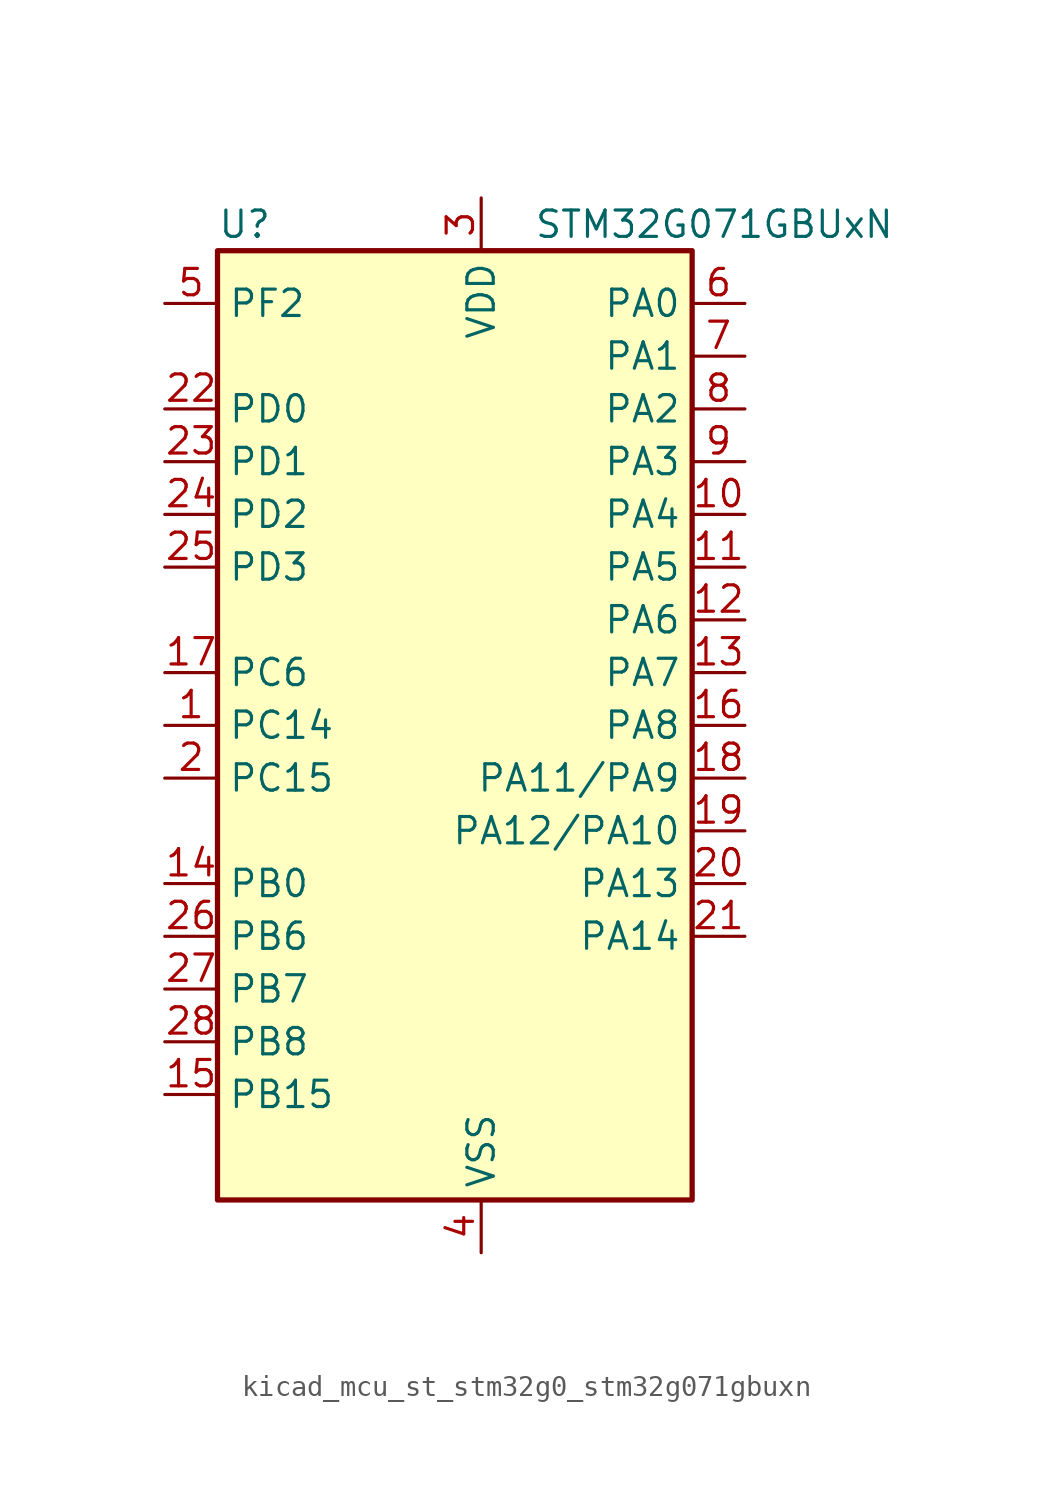
<source format=kicad_sym>
(kicad_symbol_lib
  (version 20220914)
  (generator kicad_symbol_editor)
  (symbol "kicad_mcu_st_stm32g0_stm32g071gbuxn"
    (property "Reference" "U"
      (at -10.16 24.13 0)
      (effects (font (size 1.27 1.27)) (justify left)))
    (property "Value" "STM32G071GBUxN"
      (at 5.08 24.13 0)
      (effects (font (size 1.27 1.27)) (justify left)))
    (property "ki_locked" ""
      (at 0 0 0)
      (effects (font (size 1.27 1.27))))
    (symbol "kicad_mcu_st_stm32g0_stm32g071gbuxn_0_1"
      (rectangle (start -10.16 -22.86) (end 12.7 22.86) (stroke (width 0.254) (type default)) (fill (type background))))
    (symbol "kicad_mcu_st_stm32g0_stm32g071gbuxn_1_1"
      (pin bidirectional line (at -12.7 0 0) (length 2.54) (name "PC14" (effects (font (size 1.27 1.27)))) (number "1" (effects (font (size 1.27 1.27)))) (alternate "RCC_OSC32_IN" bidirectional line) (alternate "RCC_OSC_IN" bidirectional line) (alternate "TIM1_BK2" bidirectional line))
      (pin bidirectional line (at 15.24 10.16 180) (length 2.54) (name "PA4" (effects (font (size 1.27 1.27)))) (number "10" (effects (font (size 1.27 1.27)))) (alternate "ADC1_IN4" bidirectional line) (alternate "DAC1_OUT1" bidirectional line) (alternate "I2S1_WS" bidirectional line) (alternate "LPTIM2_OUT" bidirectional line) (alternate "RTC_OUT_ALARM" bidirectional line) (alternate "RTC_OUT_CALIB" bidirectional line) (alternate "RTC_TAMP_IN1" bidirectional line) (alternate "RTC_TS" bidirectional line) (alternate "SPI1_NSS" bidirectional line) (alternate "SPI2_MOSI" bidirectional line) (alternate "SYS_WKUP2" bidirectional line) (alternate "TIM14_CH1" bidirectional line) (alternate "UCPD2_FRSTX1" bidirectional line) (alternate "UCPD2_FRSTX2" bidirectional line))
      (pin bidirectional line (at 15.24 7.62 180) (length 2.54) (name "PA5" (effects (font (size 1.27 1.27)))) (number "11" (effects (font (size 1.27 1.27)))) (alternate "ADC1_IN5" bidirectional line) (alternate "CEC" bidirectional line) (alternate "DAC1_OUT2" bidirectional line) (alternate "I2S1_CK" bidirectional line) (alternate "LPTIM2_ETR" bidirectional line) (alternate "SPI1_SCK" bidirectional line) (alternate "TIM2_CH1" bidirectional line) (alternate "TIM2_ETR" bidirectional line) (alternate "UCPD1_FRSTX1" bidirectional line) (alternate "UCPD1_FRSTX2" bidirectional line) (alternate "USART3_TX" bidirectional line))
      (pin bidirectional line (at 15.24 5.08 180) (length 2.54) (name "PA6" (effects (font (size 1.27 1.27)))) (number "12" (effects (font (size 1.27 1.27)))) (alternate "ADC1_IN6" bidirectional line) (alternate "COMP1_OUT" bidirectional line) (alternate "I2S1_MCK" bidirectional line) (alternate "LPUART1_CTS" bidirectional line) (alternate "SPI1_MISO" bidirectional line) (alternate "TIM16_CH1" bidirectional line) (alternate "TIM1_BK" bidirectional line) (alternate "TIM3_CH1" bidirectional line) (alternate "USART3_CTS" bidirectional line) (alternate "USART3_NSS" bidirectional line))
      (pin bidirectional line (at 15.24 2.54 180) (length 2.54) (name "PA7" (effects (font (size 1.27 1.27)))) (number "13" (effects (font (size 1.27 1.27)))) (alternate "ADC1_IN7" bidirectional line) (alternate "COMP2_OUT" bidirectional line) (alternate "I2S1_SD" bidirectional line) (alternate "SPI1_MOSI" bidirectional line) (alternate "TIM14_CH1" bidirectional line) (alternate "TIM17_CH1" bidirectional line) (alternate "TIM1_CH1N" bidirectional line) (alternate "TIM3_CH2" bidirectional line) (alternate "UCPD1_FRSTX1" bidirectional line) (alternate "UCPD1_FRSTX2" bidirectional line))
      (pin bidirectional line (at -12.7 -7.62 0) (length 2.54) (name "PB0" (effects (font (size 1.27 1.27)))) (number "14" (effects (font (size 1.27 1.27)))) (alternate "ADC1_IN8" bidirectional line) (alternate "COMP1_OUT" bidirectional line) (alternate "I2S1_WS" bidirectional line) (alternate "LPTIM1_OUT" bidirectional line) (alternate "SPI1_NSS" bidirectional line) (alternate "TIM1_CH2N" bidirectional line) (alternate "TIM3_CH3" bidirectional line) (alternate "UCPD1_DBCC2" bidirectional line) (alternate "UCPD1_FRSTX1" bidirectional line) (alternate "UCPD1_FRSTX2" bidirectional line) (alternate "USART3_RX" bidirectional line))
      (pin bidirectional line (at -12.7 -17.78 0) (length 2.54) (name "PB15" (effects (font (size 1.27 1.27)))) (number "15" (effects (font (size 1.27 1.27)))) (alternate "RTC_REFIN" bidirectional line) (alternate "SPI2_MOSI" bidirectional line) (alternate "TIM15_CH1N" bidirectional line) (alternate "TIM15_CH2" bidirectional line) (alternate "TIM1_CH3N" bidirectional line) (alternate "UCPD1_CC2" bidirectional line))
      (pin bidirectional line (at 15.24 0 180) (length 2.54) (name "PA8" (effects (font (size 1.27 1.27)))) (number "16" (effects (font (size 1.27 1.27)))) (alternate "LPTIM2_OUT" bidirectional line) (alternate "RCC_MCO" bidirectional line) (alternate "SPI2_NSS" bidirectional line) (alternate "TIM1_CH1" bidirectional line) (alternate "UCPD1_CC1" bidirectional line))
      (pin bidirectional line (at -12.7 2.54 0) (length 2.54) (name "PC6" (effects (font (size 1.27 1.27)))) (number "17" (effects (font (size 1.27 1.27)))) (alternate "TIM2_CH3" bidirectional line) (alternate "TIM3_CH1" bidirectional line) (alternate "UCPD1_DBCC1" bidirectional line) (alternate "UCPD1_FRSTX1" bidirectional line) (alternate "UCPD1_FRSTX2" bidirectional line))
      (pin bidirectional line (at 15.24 -2.54 180) (length 2.54) (name "PA11/PA9" (effects (font (size 1.27 1.27)))) (number "18" (effects (font (size 1.27 1.27)))) (alternate "ADC1_EXTI11" bidirectional line) (alternate "COMP1_OUT" bidirectional line) (alternate "I2C2_SCL" bidirectional line) (alternate "I2S1_MCK" bidirectional line) (alternate "SPI1_MISO" bidirectional line) (alternate "TIM1_BK2" bidirectional line) (alternate "TIM1_CH4" bidirectional line) (alternate "USART1_CTS" bidirectional line) (alternate "USART1_NSS" bidirectional line))
      (pin bidirectional line (at 15.24 -5.08 180) (length 2.54) (name "PA12/PA10" (effects (font (size 1.27 1.27)))) (number "19" (effects (font (size 1.27 1.27)))) (alternate "COMP2_OUT" bidirectional line) (alternate "I2C2_SDA" bidirectional line) (alternate "I2S1_SD" bidirectional line) (alternate "I2S_CKIN" bidirectional line) (alternate "SPI1_MOSI" bidirectional line) (alternate "TIM1_ETR" bidirectional line) (alternate "USART1_CK" bidirectional line) (alternate "USART1_DE" bidirectional line) (alternate "USART1_RTS" bidirectional line))
      (pin bidirectional line (at -12.7 -2.54 0) (length 2.54) (name "PC15" (effects (font (size 1.27 1.27)))) (number "2" (effects (font (size 1.27 1.27)))) (alternate "RCC_OSC32_EN" bidirectional line) (alternate "RCC_OSC32_OUT" bidirectional line) (alternate "RCC_OSC_EN" bidirectional line) (alternate "TIM15_BK" bidirectional line))
      (pin bidirectional line (at 15.24 -7.62 180) (length 2.54) (name "PA13" (effects (font (size 1.27 1.27)))) (number "20" (effects (font (size 1.27 1.27)))) (alternate "IR_OUT" bidirectional line) (alternate "SYS_SWDIO" bidirectional line))
      (pin bidirectional line (at 15.24 -10.16 180) (length 2.54) (name "PA14" (effects (font (size 1.27 1.27)))) (number "21" (effects (font (size 1.27 1.27)))) (alternate "SYS_SWCLK" bidirectional line) (alternate "USART2_TX" bidirectional line))
      (pin bidirectional line (at -12.7 15.24 0) (length 2.54) (name "PD0" (effects (font (size 1.27 1.27)))) (number "22" (effects (font (size 1.27 1.27)))) (alternate "SPI2_NSS" bidirectional line) (alternate "TIM16_CH1" bidirectional line) (alternate "UCPD2_CC1" bidirectional line))
      (pin bidirectional line (at -12.7 12.7 0) (length 2.54) (name "PD1" (effects (font (size 1.27 1.27)))) (number "23" (effects (font (size 1.27 1.27)))) (alternate "SPI2_SCK" bidirectional line) (alternate "TIM17_CH1" bidirectional line) (alternate "UCPD2_DBCC1" bidirectional line))
      (pin bidirectional line (at -12.7 10.16 0) (length 2.54) (name "PD2" (effects (font (size 1.27 1.27)))) (number "24" (effects (font (size 1.27 1.27)))) (alternate "TIM1_CH1N" bidirectional line) (alternate "TIM3_ETR" bidirectional line) (alternate "UCPD2_CC2" bidirectional line) (alternate "USART3_CK" bidirectional line) (alternate "USART3_DE" bidirectional line) (alternate "USART3_RTS" bidirectional line))
      (pin bidirectional line (at -12.7 7.62 0) (length 2.54) (name "PD3" (effects (font (size 1.27 1.27)))) (number "25" (effects (font (size 1.27 1.27)))) (alternate "SPI2_MISO" bidirectional line) (alternate "TIM1_CH2N" bidirectional line) (alternate "UCPD2_DBCC2" bidirectional line) (alternate "USART2_CTS" bidirectional line) (alternate "USART2_NSS" bidirectional line))
      (pin bidirectional line (at -12.7 -10.16 0) (length 2.54) (name "PB6" (effects (font (size 1.27 1.27)))) (number "26" (effects (font (size 1.27 1.27)))) (alternate "COMP2_INP" bidirectional line) (alternate "I2C1_SCL" bidirectional line) (alternate "LPTIM1_ETR" bidirectional line) (alternate "SPI2_MISO" bidirectional line) (alternate "TIM16_CH1N" bidirectional line) (alternate "TIM1_CH3" bidirectional line) (alternate "USART1_TX" bidirectional line))
      (pin bidirectional line (at -12.7 -12.7 0) (length 2.54) (name "PB7" (effects (font (size 1.27 1.27)))) (number "27" (effects (font (size 1.27 1.27)))) (alternate "COMP2_INM" bidirectional line) (alternate "I2C1_SDA" bidirectional line) (alternate "LPTIM1_IN2" bidirectional line) (alternate "SPI2_MOSI" bidirectional line) (alternate "SYS_PVD_IN" bidirectional line) (alternate "TIM17_CH1N" bidirectional line) (alternate "USART1_RX" bidirectional line) (alternate "USART4_CTS" bidirectional line) (alternate "USART4_NSS" bidirectional line))
      (pin bidirectional line (at -12.7 -15.24 0) (length 2.54) (name "PB8" (effects (font (size 1.27 1.27)))) (number "28" (effects (font (size 1.27 1.27)))) (alternate "CEC" bidirectional line) (alternate "I2C1_SCL" bidirectional line) (alternate "SPI2_SCK" bidirectional line) (alternate "TIM15_BK" bidirectional line) (alternate "TIM16_CH1" bidirectional line) (alternate "USART3_TX" bidirectional line))
      (pin power_in line (at 2.54 25.4 270) (length 2.54) (name "VDD" (effects (font (size 1.27 1.27)))) (number "3" (effects (font (size 1.27 1.27)))))
      (pin power_in line (at 2.54 -25.4 90) (length 2.54) (name "VSS" (effects (font (size 1.27 1.27)))) (number "4" (effects (font (size 1.27 1.27)))))
      (pin bidirectional line (at -12.7 20.32 0) (length 2.54) (name "PF2" (effects (font (size 1.27 1.27)))) (number "5" (effects (font (size 1.27 1.27)))) (alternate "RCC_MCO" bidirectional line))
      (pin bidirectional line (at 15.24 20.32 180) (length 2.54) (name "PA0" (effects (font (size 1.27 1.27)))) (number "6" (effects (font (size 1.27 1.27)))) (alternate "ADC1_IN0" bidirectional line) (alternate "COMP1_INM" bidirectional line) (alternate "COMP1_OUT" bidirectional line) (alternate "LPTIM1_OUT" bidirectional line) (alternate "RTC_TAMP_IN2" bidirectional line) (alternate "SPI2_SCK" bidirectional line) (alternate "SYS_WKUP1" bidirectional line) (alternate "TIM2_CH1" bidirectional line) (alternate "TIM2_ETR" bidirectional line) (alternate "UCPD2_FRSTX1" bidirectional line) (alternate "UCPD2_FRSTX2" bidirectional line) (alternate "USART2_CTS" bidirectional line) (alternate "USART2_NSS" bidirectional line) (alternate "USART4_TX" bidirectional line))
      (pin bidirectional line (at 15.24 17.78 180) (length 2.54) (name "PA1" (effects (font (size 1.27 1.27)))) (number "7" (effects (font (size 1.27 1.27)))) (alternate "ADC1_IN1" bidirectional line) (alternate "COMP1_INP" bidirectional line) (alternate "I2C1_SMBA" bidirectional line) (alternate "I2S1_CK" bidirectional line) (alternate "SPI1_SCK" bidirectional line) (alternate "TIM15_CH1N" bidirectional line) (alternate "TIM2_CH2" bidirectional line) (alternate "USART2_CK" bidirectional line) (alternate "USART2_DE" bidirectional line) (alternate "USART2_RTS" bidirectional line) (alternate "USART4_RX" bidirectional line))
      (pin bidirectional line (at 15.24 15.24 180) (length 2.54) (name "PA2" (effects (font (size 1.27 1.27)))) (number "8" (effects (font (size 1.27 1.27)))) (alternate "ADC1_IN2" bidirectional line) (alternate "COMP2_INM" bidirectional line) (alternate "COMP2_OUT" bidirectional line) (alternate "I2S1_SD" bidirectional line) (alternate "LPUART1_TX" bidirectional line) (alternate "RCC_LSCO" bidirectional line) (alternate "SPI1_MOSI" bidirectional line) (alternate "SYS_WKUP4" bidirectional line) (alternate "TIM15_CH1" bidirectional line) (alternate "TIM2_CH3" bidirectional line) (alternate "UCPD1_FRSTX1" bidirectional line) (alternate "UCPD1_FRSTX2" bidirectional line) (alternate "USART2_TX" bidirectional line))
      (pin bidirectional line (at 15.24 12.7 180) (length 2.54) (name "PA3" (effects (font (size 1.27 1.27)))) (number "9" (effects (font (size 1.27 1.27)))) (alternate "ADC1_IN3" bidirectional line) (alternate "COMP2_INP" bidirectional line) (alternate "LPUART1_RX" bidirectional line) (alternate "SPI2_MISO" bidirectional line) (alternate "TIM15_CH2" bidirectional line) (alternate "TIM2_CH4" bidirectional line) (alternate "UCPD2_FRSTX1" bidirectional line) (alternate "UCPD2_FRSTX2" bidirectional line) (alternate "USART2_RX" bidirectional line)))))
</source>
